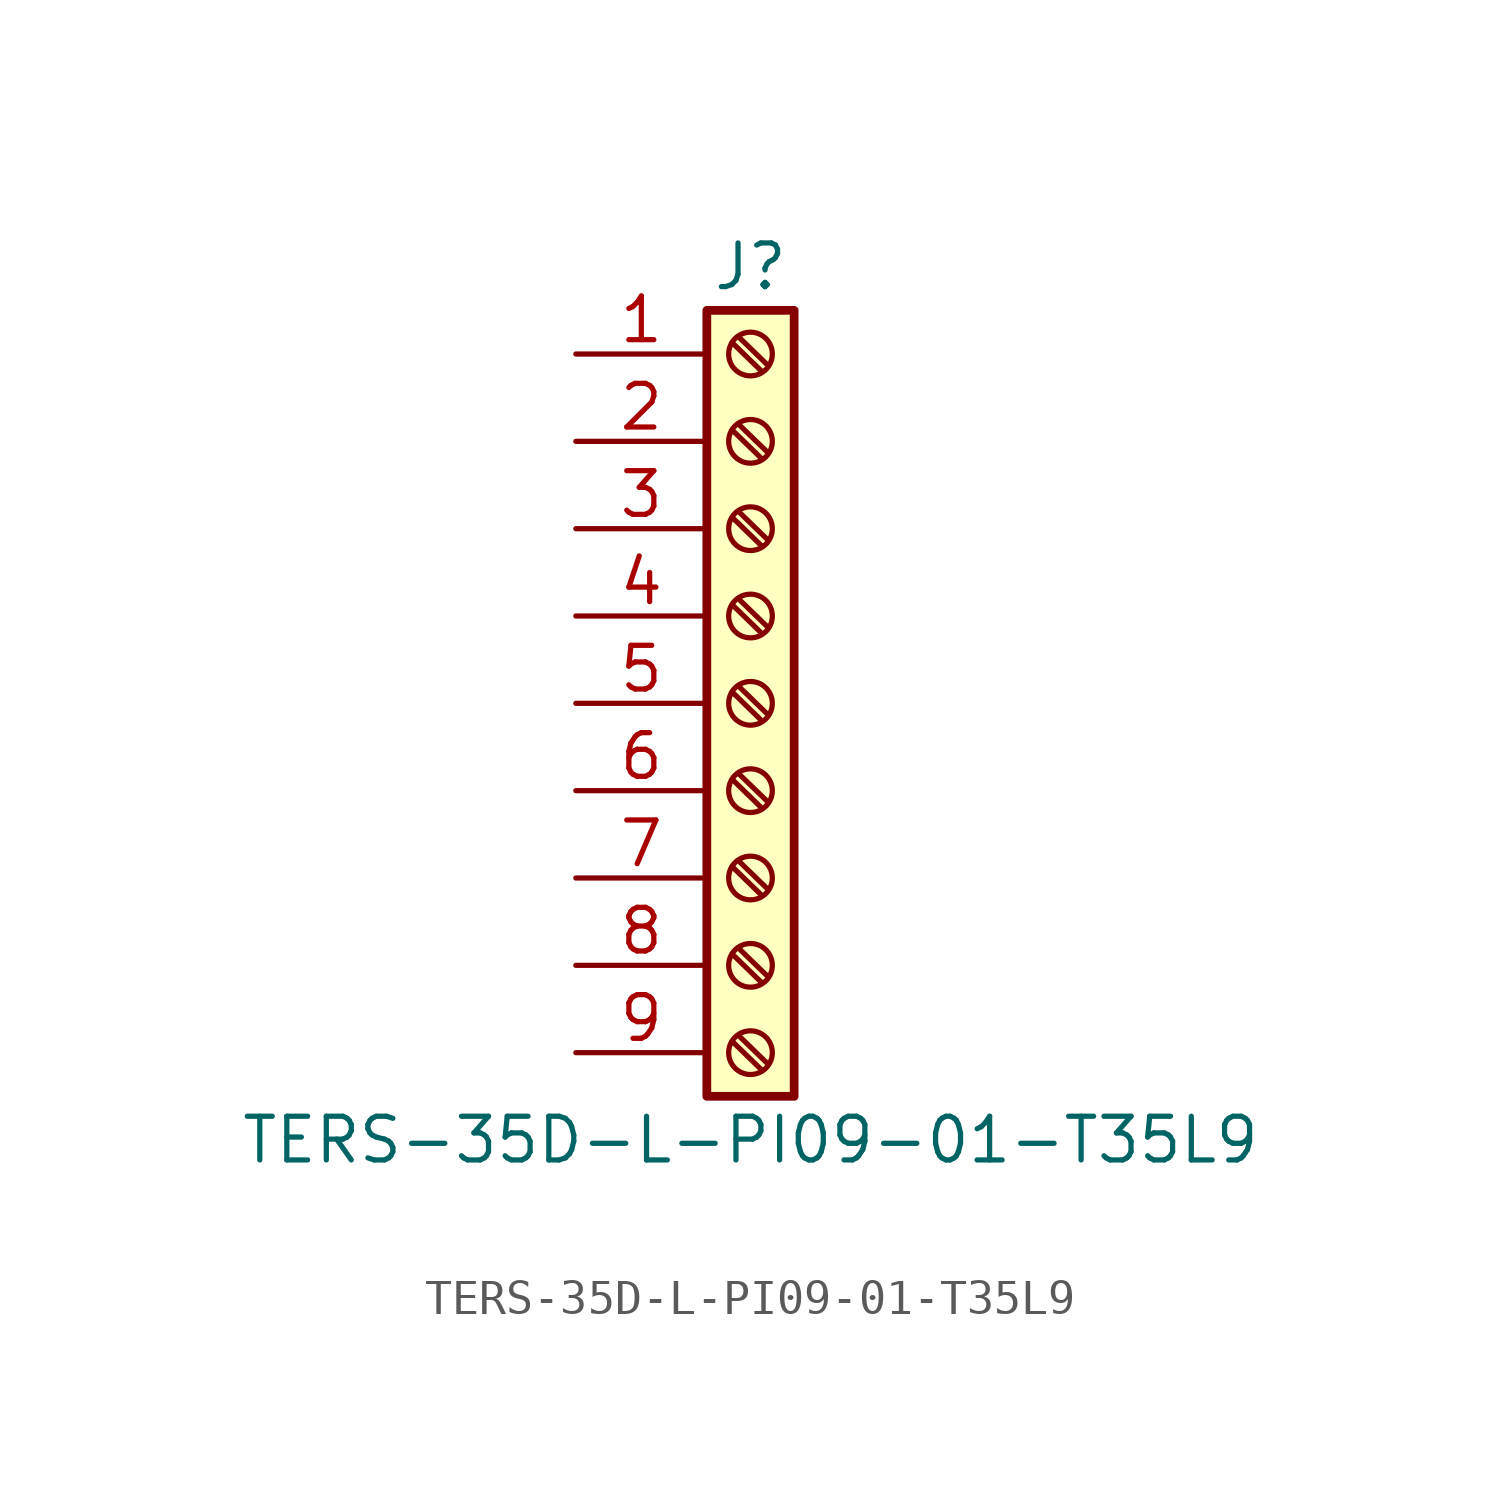
<source format=kicad_sym>
(kicad_symbol_lib
  (version 20211014)
  (generator kicad_symbol_editor)
  (symbol "TERS-35D-L-PI09-01-T35L9"
    (pin_names
      (offset 1.016) hide)
    (property "Reference" "J"
      (at 0 12.7 0)
      (effects (font (size 1.27 1.27))))
    (property "Value" "TERS-35D-L-PI09-01-T35L9"
      (at 0 -12.7 0)
      (effects (font (size 1.27 1.27))))
    (symbol "TERS-35D-L-PI09-01-T35L9_1_1"
      (rectangle (start -1.27 11.43) (end 1.27 -11.43) (stroke (width 0.254) (type default) (color 0 0 0 0)) (fill (type background)))
      (circle (center 0 -10.16) (radius 0.635) (stroke (width 0.152) (type default) (color 0 0 0 0)) (fill (type none)))
      (circle (center 0 -7.62) (radius 0.635) (stroke (width 0.152) (type default) (color 0 0 0 0)) (fill (type none)))
      (circle (center 0 -5.08) (radius 0.635) (stroke (width 0.152) (type default) (color 0 0 0 0)) (fill (type none)))
      (circle (center 0 -2.54) (radius 0.635) (stroke (width 0.152) (type default) (color 0 0 0 0)) (fill (type none)))
      (polyline (pts (xy -0.533 -9.83) (xy 0.33 -10.668)) (stroke (width 0.152) (type default) (color 0 0 0 0)) (fill (type none)))
      (polyline (pts (xy -0.533 -7.29) (xy 0.33 -8.128)) (stroke (width 0.152) (type default) (color 0 0 0 0)) (fill (type none)))
      (polyline (pts (xy -0.533 -4.75) (xy 0.33 -5.588)) (stroke (width 0.152) (type default) (color 0 0 0 0)) (fill (type none)))
      (polyline (pts (xy -0.533 -2.21) (xy 0.33 -3.048)) (stroke (width 0.152) (type default) (color 0 0 0 0)) (fill (type none)))
      (polyline (pts (xy -0.533 0.33) (xy 0.33 -0.508)) (stroke (width 0.152) (type default) (color 0 0 0 0)) (fill (type none)))
      (polyline (pts (xy -0.533 2.87) (xy 0.33 2.032)) (stroke (width 0.152) (type default) (color 0 0 0 0)) (fill (type none)))
      (polyline (pts (xy -0.533 5.41) (xy 0.33 4.572)) (stroke (width 0.152) (type default) (color 0 0 0 0)) (fill (type none)))
      (polyline (pts (xy -0.533 7.95) (xy 0.33 7.112)) (stroke (width 0.152) (type default) (color 0 0 0 0)) (fill (type none)))
      (polyline (pts (xy -0.533 10.49) (xy 0.33 9.652)) (stroke (width 0.152) (type default) (color 0 0 0 0)) (fill (type none)))
      (polyline (pts (xy -0.356 -9.652) (xy 0.508 -10.49)) (stroke (width 0.152) (type default) (color 0 0 0 0)) (fill (type none)))
      (polyline (pts (xy -0.356 -7.112) (xy 0.508 -7.95)) (stroke (width 0.152) (type default) (color 0 0 0 0)) (fill (type none)))
      (polyline (pts (xy -0.356 -4.572) (xy 0.508 -5.41)) (stroke (width 0.152) (type default) (color 0 0 0 0)) (fill (type none)))
      (polyline (pts (xy -0.356 -2.032) (xy 0.508 -2.87)) (stroke (width 0.152) (type default) (color 0 0 0 0)) (fill (type none)))
      (polyline (pts (xy -0.356 0.508) (xy 0.508 -0.33)) (stroke (width 0.152) (type default) (color 0 0 0 0)) (fill (type none)))
      (polyline (pts (xy -0.356 3.048) (xy 0.508 2.21)) (stroke (width 0.152) (type default) (color 0 0 0 0)) (fill (type none)))
      (polyline (pts (xy -0.356 5.588) (xy 0.508 4.75)) (stroke (width 0.152) (type default) (color 0 0 0 0)) (fill (type none)))
      (polyline (pts (xy -0.356 8.128) (xy 0.508 7.29)) (stroke (width 0.152) (type default) (color 0 0 0 0)) (fill (type none)))
      (polyline (pts (xy -0.356 10.668) (xy 0.508 9.83)) (stroke (width 0.152) (type default) (color 0 0 0 0)) (fill (type none)))
      (circle (center 0 0) (radius 0.635) (stroke (width 0.152) (type default) (color 0 0 0 0)) (fill (type none)))
      (circle (center 0 2.54) (radius 0.635) (stroke (width 0.152) (type default) (color 0 0 0 0)) (fill (type none)))
      (circle (center 0 5.08) (radius 0.635) (stroke (width 0.152) (type default) (color 0 0 0 0)) (fill (type none)))
      (circle (center 0 7.62) (radius 0.635) (stroke (width 0.152) (type default) (color 0 0 0 0)) (fill (type none)))
      (circle (center 0 10.16) (radius 0.635) (stroke (width 0.152) (type default) (color 0 0 0 0)) (fill (type none)))
      (pin passive line (at -5.08 10.16 0) (length 3.81) (name "Pin_1" (effects (font (size 1.27 1.27)))) (number "1" (effects (font (size 1.27 1.27)))))
      (pin passive line (at -5.08 7.62 0) (length 3.81) (name "Pin_2" (effects (font (size 1.27 1.27)))) (number "2" (effects (font (size 1.27 1.27)))))
      (pin passive line (at -5.08 5.08 0) (length 3.81) (name "Pin_3" (effects (font (size 1.27 1.27)))) (number "3" (effects (font (size 1.27 1.27)))))
      (pin passive line (at -5.08 2.54 0) (length 3.81) (name "Pin_4" (effects (font (size 1.27 1.27)))) (number "4" (effects (font (size 1.27 1.27)))))
      (pin passive line (at -5.08 0 0) (length 3.81) (name "Pin_5" (effects (font (size 1.27 1.27)))) (number "5" (effects (font (size 1.27 1.27)))))
      (pin passive line (at -5.08 -2.54 0) (length 3.81) (name "Pin_6" (effects (font (size 1.27 1.27)))) (number "6" (effects (font (size 1.27 1.27)))))
      (pin passive line (at -5.08 -5.08 0) (length 3.81) (name "Pin_7" (effects (font (size 1.27 1.27)))) (number "7" (effects (font (size 1.27 1.27)))))
      (pin passive line (at -5.08 -7.62 0) (length 3.81) (name "Pin_8" (effects (font (size 1.27 1.27)))) (number "8" (effects (font (size 1.27 1.27)))))
      (pin passive line (at -5.08 -10.16 0) (length 3.81) (name "Pin_9" (effects (font (size 1.27 1.27)))) (number "9" (effects (font (size 1.27 1.27))))))))
</source>
